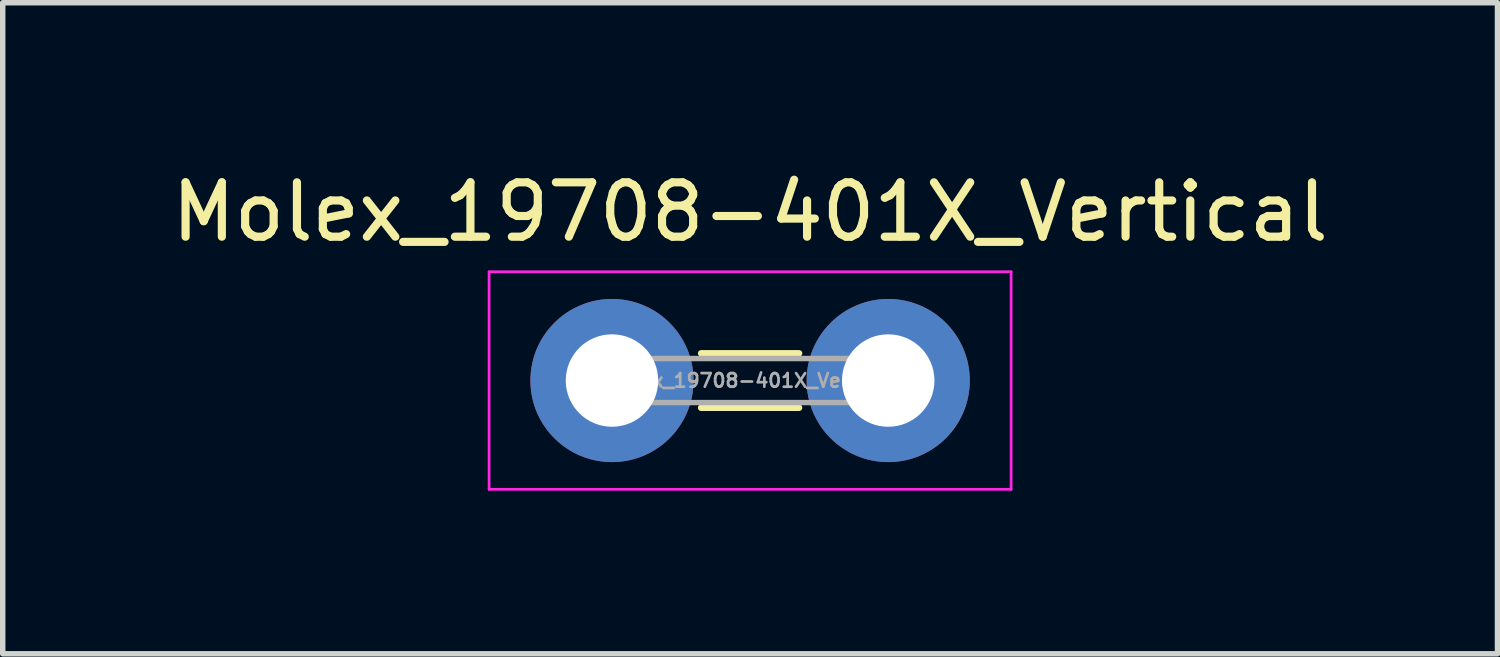
<source format=kicad_pcb>
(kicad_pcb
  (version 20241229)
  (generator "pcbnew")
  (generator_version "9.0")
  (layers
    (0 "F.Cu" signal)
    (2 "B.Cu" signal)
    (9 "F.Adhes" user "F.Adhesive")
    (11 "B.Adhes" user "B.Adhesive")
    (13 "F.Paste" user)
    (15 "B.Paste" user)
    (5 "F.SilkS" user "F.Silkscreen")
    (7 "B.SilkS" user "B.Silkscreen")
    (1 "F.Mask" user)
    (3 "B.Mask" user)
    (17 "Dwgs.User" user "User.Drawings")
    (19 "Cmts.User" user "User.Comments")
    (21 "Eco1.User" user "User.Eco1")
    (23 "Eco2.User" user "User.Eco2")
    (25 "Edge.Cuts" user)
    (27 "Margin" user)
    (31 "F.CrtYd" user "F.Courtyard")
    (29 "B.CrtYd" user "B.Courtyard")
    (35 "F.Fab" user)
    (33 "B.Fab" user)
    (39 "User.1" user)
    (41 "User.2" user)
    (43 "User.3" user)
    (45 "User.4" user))
  (footprint "Molex_19708-401X_Vertical"
    (layer "F.Cu")
    (at 8.204 3.948)
    (property "Reference" "Molex_19708-401X_Vertical" (at 2.54 -3.1 0) (layer "F.SilkS") (effects (font (size 1 1) (thickness 0.15))))
    (attr through_hole)
    (fp_line (start 1.64 -0.5) (end 3.44 -0.5) (stroke (width 0.12) (type solid)) (layer "F.SilkS"))
    (fp_line (start 1.64 0.5) (end 3.44 0.5) (stroke (width 0.12) (type solid)) (layer "F.SilkS"))
    (fp_line (start -2.26 -2) (end -2.26 2) (stroke (width 0.05) (type solid)) (layer "F.CrtYd"))
    (fp_line (start -2.26 2) (end 7.34 2) (stroke (width 0.05) (type solid)) (layer "F.CrtYd"))
    (fp_line (start 7.34 -2) (end -2.26 -2) (stroke (width 0.05) (type solid)) (layer "F.CrtYd"))
    (fp_line (start 7.34 2) (end 7.34 -2) (stroke (width 0.05) (type solid)) (layer "F.CrtYd"))
    (fp_line (start -0.61 -0.405) (end -0.61 0.405) (stroke (width 0.1) (type solid)) (layer "F.Fab"))
    (fp_line (start -0.61 0.405) (end 5.69 0.405) (stroke (width 0.1) (type solid)) (layer "F.Fab"))
    (fp_line (start 5.69 -0.405) (end -0.61 -0.405) (stroke (width 0.1) (type solid)) (layer "F.Fab"))
    (fp_line (start 5.69 0.405) (end 5.69 -0.405) (stroke (width 0.1) (type solid)) (layer "F.Fab"))
    (fp_text user "${REFERENCE}" (at 2.54 0 0) (layer "F.Fab") (effects (font (size 0.25 0.25) (thickness 0.05))))
    (pad "1" thru_hole circle (at 0 0) (size 3 3) (drill 1.7) (layers "*.Cu" "*.Mask"))
    (pad "1" thru_hole circle (at 5.08 0) (size 3 3) (drill 1.7) (layers "*.Cu" "*.Mask")))
  (gr_rect
    (start -3 -3)
    (end 24.488 8.973)
    (stroke (width 0.1) (type default))
    (fill no)
    (layer "Edge.Cuts")))
</source>
